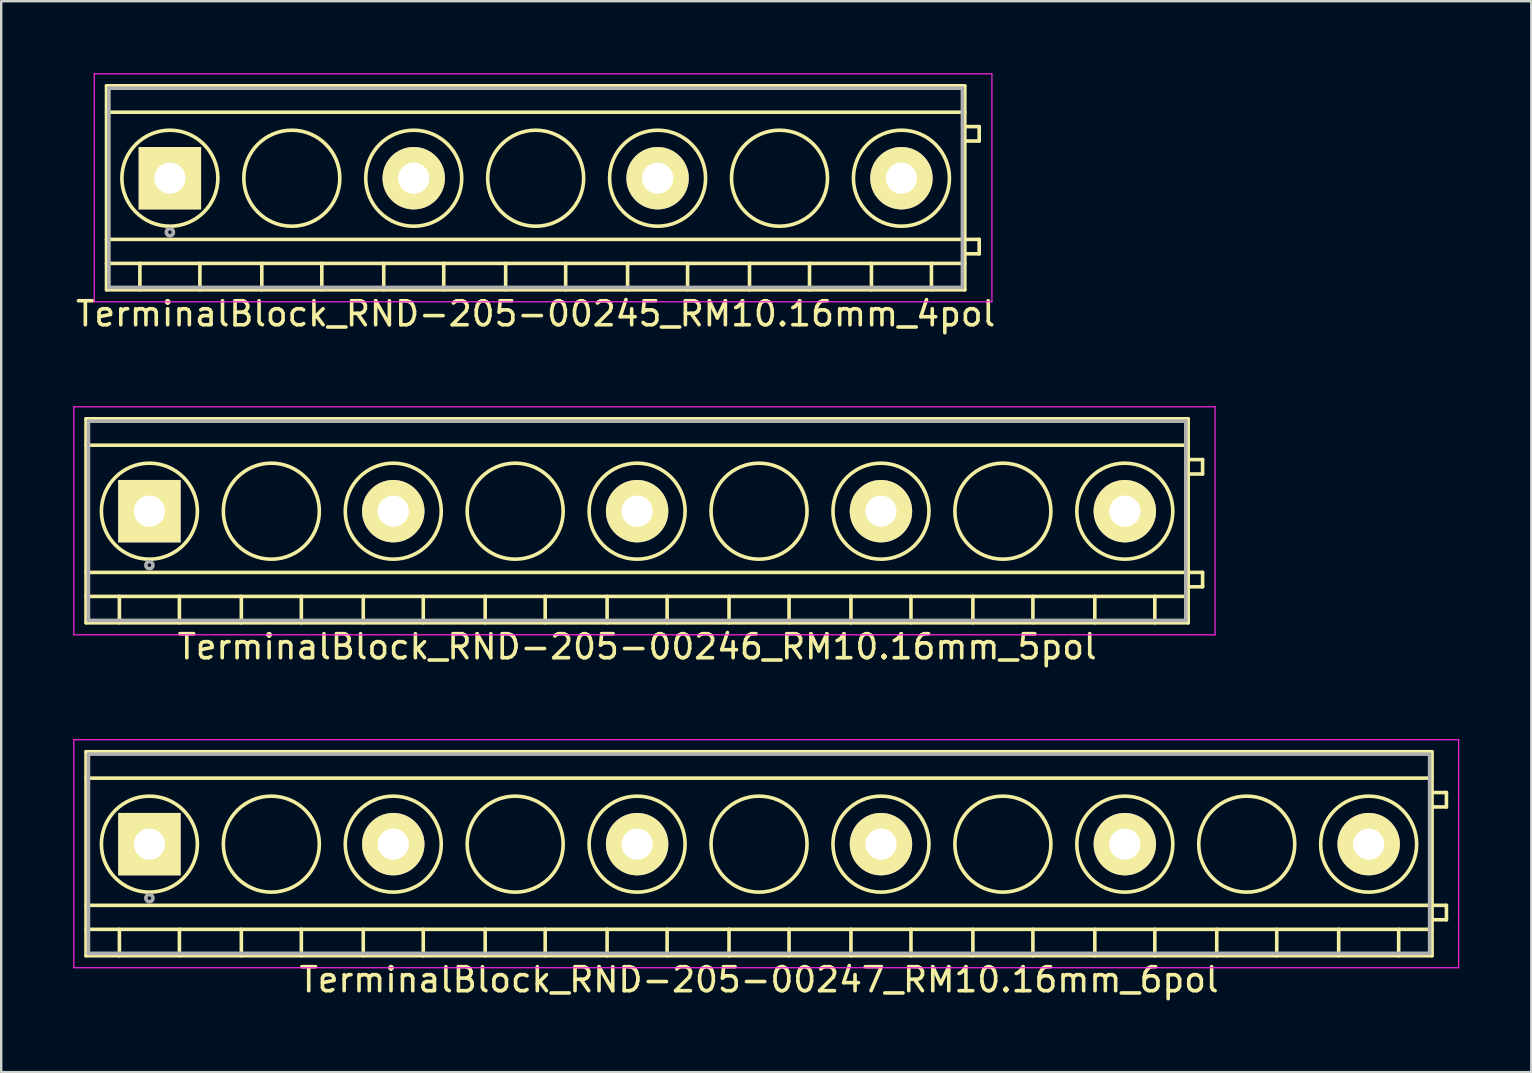
<source format=kicad_pcb>
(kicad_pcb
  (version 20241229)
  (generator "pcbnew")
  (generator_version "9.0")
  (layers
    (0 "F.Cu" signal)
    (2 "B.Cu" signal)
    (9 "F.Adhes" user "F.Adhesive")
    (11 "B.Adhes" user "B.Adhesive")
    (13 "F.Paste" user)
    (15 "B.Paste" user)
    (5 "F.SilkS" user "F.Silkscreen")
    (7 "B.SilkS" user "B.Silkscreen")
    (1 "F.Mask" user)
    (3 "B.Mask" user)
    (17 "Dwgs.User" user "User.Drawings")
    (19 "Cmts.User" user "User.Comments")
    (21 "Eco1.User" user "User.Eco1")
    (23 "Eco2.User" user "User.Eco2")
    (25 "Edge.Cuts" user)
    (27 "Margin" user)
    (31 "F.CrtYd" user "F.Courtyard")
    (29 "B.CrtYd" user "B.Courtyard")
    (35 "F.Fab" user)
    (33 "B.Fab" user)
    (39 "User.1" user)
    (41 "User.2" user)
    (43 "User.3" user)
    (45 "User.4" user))
  (footprint "TerminalBlock_RND-205-00246_RM10.16mm_5pol"
    (layer "F.Cu")
    (at 3.175 18.248)
    (property "Reference" "TerminalBlock_RND-205-00246_RM10.16mm_5pol" (at 20.32 5.65 0) (layer "F.SilkS") (effects (font (size 1 1) (thickness 0.15))))
    (attr through_hole)
    (fp_line (start -2.64 -3.85) (end 43.28 -3.85) (stroke (width 0.15) (type solid)) (layer "F.SilkS"))
    (fp_line (start -2.64 -2.75) (end 43.28 -2.75) (stroke (width 0.15) (type solid)) (layer "F.SilkS"))
    (fp_line (start -2.64 2.55) (end 43.28 2.55) (stroke (width 0.15) (type solid)) (layer "F.SilkS"))
    (fp_line (start -2.64 3.55) (end 43.28 3.55) (stroke (width 0.15) (type solid)) (layer "F.SilkS"))
    (fp_line (start -2.64 4.65) (end -2.64 -3.85) (stroke (width 0.15) (type solid)) (layer "F.SilkS"))
    (fp_line (start -1.25 3.55) (end -1.25 4.65) (stroke (width 0.15) (type solid)) (layer "F.SilkS"))
    (fp_line (start 1.25 3.55) (end 1.25 4.65) (stroke (width 0.15) (type solid)) (layer "F.SilkS"))
    (fp_line (start 3.83 3.55) (end 3.83 4.65) (stroke (width 0.15) (type solid)) (layer "F.SilkS"))
    (fp_line (start 6.33 3.55) (end 6.33 4.65) (stroke (width 0.15) (type solid)) (layer "F.SilkS"))
    (fp_line (start 8.91 3.55) (end 8.91 4.65) (stroke (width 0.15) (type solid)) (layer "F.SilkS"))
    (fp_line (start 11.41 3.55) (end 11.41 4.65) (stroke (width 0.15) (type solid)) (layer "F.SilkS"))
    (fp_line (start 13.99 3.55) (end 13.99 4.65) (stroke (width 0.15) (type solid)) (layer "F.SilkS"))
    (fp_line (start 16.49 3.55) (end 16.49 4.65) (stroke (width 0.15) (type solid)) (layer "F.SilkS"))
    (fp_line (start 19.07 3.55) (end 19.07 4.65) (stroke (width 0.15) (type solid)) (layer "F.SilkS"))
    (fp_line (start 21.57 3.55) (end 21.57 4.65) (stroke (width 0.15) (type solid)) (layer "F.SilkS"))
    (fp_line (start 24.15 3.55) (end 24.15 4.65) (stroke (width 0.15) (type solid)) (layer "F.SilkS"))
    (fp_line (start 26.65 3.55) (end 26.65 4.65) (stroke (width 0.15) (type solid)) (layer "F.SilkS"))
    (fp_line (start 29.23 3.55) (end 29.23 4.65) (stroke (width 0.15) (type solid)) (layer "F.SilkS"))
    (fp_line (start 31.73 3.55) (end 31.73 4.65) (stroke (width 0.15) (type solid)) (layer "F.SilkS"))
    (fp_line (start 34.31 3.55) (end 34.31 4.65) (stroke (width 0.15) (type solid)) (layer "F.SilkS"))
    (fp_line (start 36.81 3.55) (end 36.81 4.65) (stroke (width 0.15) (type solid)) (layer "F.SilkS"))
    (fp_line (start 39.39 3.55) (end 39.39 4.65) (stroke (width 0.15) (type solid)) (layer "F.SilkS"))
    (fp_line (start 41.89 3.55) (end 41.89 4.65) (stroke (width 0.15) (type solid)) (layer "F.SilkS"))
    (fp_line (start 43.28 -3.85) (end 43.28 4.65) (stroke (width 0.15) (type solid)) (layer "F.SilkS"))
    (fp_line (start 43.28 -2.15) (end 43.88 -2.15) (stroke (width 0.15) (type solid)) (layer "F.SilkS"))
    (fp_line (start 43.28 2.55) (end 43.88 2.55) (stroke (width 0.15) (type solid)) (layer "F.SilkS"))
    (fp_line (start 43.28 4.65) (end -2.64 4.65) (stroke (width 0.15) (type solid)) (layer "F.SilkS"))
    (fp_line (start 43.88 -2.15) (end 43.88 -1.55) (stroke (width 0.15) (type solid)) (layer "F.SilkS"))
    (fp_line (start 43.88 -1.55) (end 43.28 -1.55) (stroke (width 0.15) (type solid)) (layer "F.SilkS"))
    (fp_line (start 43.88 2.55) (end 43.88 3.15) (stroke (width 0.15) (type solid)) (layer "F.SilkS"))
    (fp_line (start 43.88 3.15) (end 43.28 3.15) (stroke (width 0.15) (type solid)) (layer "F.SilkS"))
    (fp_circle (center 0 0) (end -2 0) (stroke (width 0.15) (type solid)) (fill no) (layer "F.SilkS"))
    (fp_circle (center 5.08 0) (end 3.08 0) (stroke (width 0.15) (type solid)) (fill no) (layer "F.SilkS"))
    (fp_circle (center 10.16 0) (end 8.16 0) (stroke (width 0.15) (type solid)) (fill no) (layer "F.SilkS"))
    (fp_circle (center 15.24 0) (end 13.24 0) (stroke (width 0.15) (type solid)) (fill no) (layer "F.SilkS"))
    (fp_circle (center 20.32 0) (end 18.32 0) (stroke (width 0.15) (type solid)) (fill no) (layer "F.SilkS"))
    (fp_circle (center 25.4 0) (end 23.4 0) (stroke (width 0.15) (type solid)) (fill no) (layer "F.SilkS"))
    (fp_circle (center 30.48 0) (end 28.48 0) (stroke (width 0.15) (type solid)) (fill no) (layer "F.SilkS"))
    (fp_circle (center 35.56 0) (end 33.56 0) (stroke (width 0.15) (type solid)) (fill no) (layer "F.SilkS"))
    (fp_circle (center 40.64 0) (end 38.64 0) (stroke (width 0.15) (type solid)) (fill no) (layer "F.SilkS"))
    (fp_line (start -3.15 -4.35) (end 44.4 -4.35) (stroke (width 0.05) (type solid)) (layer "F.CrtYd"))
    (fp_line (start -3.15 5.15) (end -3.15 -4.35) (stroke (width 0.05) (type solid)) (layer "F.CrtYd"))
    (fp_line (start 44.4 -4.35) (end 44.4 5.15) (stroke (width 0.05) (type solid)) (layer "F.CrtYd"))
    (fp_line (start 44.4 5.15) (end -3.15 5.15) (stroke (width 0.05) (type solid)) (layer "F.CrtYd"))
    (fp_line (start -2.54 -3.75) (end 43.18 -3.75) (stroke (width 0.15) (type solid)) (layer "F.Fab"))
    (fp_line (start -2.54 4.55) (end -2.54 -3.75) (stroke (width 0.15) (type solid)) (layer "F.Fab"))
    (fp_line (start 43.18 -3.75) (end 43.18 4.55) (stroke (width 0.15) (type solid)) (layer "F.Fab"))
    (fp_line (start 43.18 4.55) (end -2.54 4.55) (stroke (width 0.15) (type solid)) (layer "F.Fab"))
    (fp_circle (center 0 2.25) (end -0.15 2.25) (stroke (width 0.15) (type solid)) (fill no) (layer "F.Fab"))
    (pad "1" thru_hole rect (at 0 0) (size 2.6 2.6) (drill 1.3) (layers "*.Cu" "*.Mask" "F.SilkS"))
    (pad "2" thru_hole circle (at 10.16 0) (size 2.6 2.6) (drill 1.3) (layers "*.Cu" "*.Mask" "F.SilkS"))
    (pad "3" thru_hole circle (at 20.32 0) (size 2.6 2.6) (drill 1.3) (layers "*.Cu" "*.Mask" "F.SilkS"))
    (pad "4" thru_hole circle (at 30.48 0) (size 2.6 2.6) (drill 1.3) (layers "*.Cu" "*.Mask" "F.SilkS"))
    (pad "5" thru_hole circle (at 40.64 0) (size 2.6 2.6) (drill 1.3) (layers "*.Cu" "*.Mask" "F.SilkS")))
  (footprint "TerminalBlock_RND-205-00245_RM10.16mm_4pol"
    (layer "F.Cu")
    (at 4.028 4.375)
    (property "Reference" "TerminalBlock_RND-205-00245_RM10.16mm_4pol" (at 15.24 5.65 0) (layer "F.SilkS") (effects (font (size 1 1) (thickness 0.15))))
    (attr through_hole)
    (fp_line (start -2.64 -3.85) (end 33.12 -3.85) (stroke (width 0.15) (type solid)) (layer "F.SilkS"))
    (fp_line (start -2.64 -2.75) (end 33.12 -2.75) (stroke (width 0.15) (type solid)) (layer "F.SilkS"))
    (fp_line (start -2.64 2.55) (end 33.12 2.55) (stroke (width 0.15) (type solid)) (layer "F.SilkS"))
    (fp_line (start -2.64 3.55) (end 33.12 3.55) (stroke (width 0.15) (type solid)) (layer "F.SilkS"))
    (fp_line (start -2.64 4.65) (end -2.64 -3.85) (stroke (width 0.15) (type solid)) (layer "F.SilkS"))
    (fp_line (start -1.25 3.55) (end -1.25 4.65) (stroke (width 0.15) (type solid)) (layer "F.SilkS"))
    (fp_line (start 1.25 3.55) (end 1.25 4.65) (stroke (width 0.15) (type solid)) (layer "F.SilkS"))
    (fp_line (start 3.83 3.55) (end 3.83 4.65) (stroke (width 0.15) (type solid)) (layer "F.SilkS"))
    (fp_line (start 6.33 3.55) (end 6.33 4.65) (stroke (width 0.15) (type solid)) (layer "F.SilkS"))
    (fp_line (start 8.91 3.55) (end 8.91 4.65) (stroke (width 0.15) (type solid)) (layer "F.SilkS"))
    (fp_line (start 11.41 3.55) (end 11.41 4.65) (stroke (width 0.15) (type solid)) (layer "F.SilkS"))
    (fp_line (start 13.99 3.55) (end 13.99 4.65) (stroke (width 0.15) (type solid)) (layer "F.SilkS"))
    (fp_line (start 16.49 3.55) (end 16.49 4.65) (stroke (width 0.15) (type solid)) (layer "F.SilkS"))
    (fp_line (start 19.07 3.55) (end 19.07 4.65) (stroke (width 0.15) (type solid)) (layer "F.SilkS"))
    (fp_line (start 21.57 3.55) (end 21.57 4.65) (stroke (width 0.15) (type solid)) (layer "F.SilkS"))
    (fp_line (start 24.15 3.55) (end 24.15 4.65) (stroke (width 0.15) (type solid)) (layer "F.SilkS"))
    (fp_line (start 26.65 3.55) (end 26.65 4.65) (stroke (width 0.15) (type solid)) (layer "F.SilkS"))
    (fp_line (start 29.23 3.55) (end 29.23 4.65) (stroke (width 0.15) (type solid)) (layer "F.SilkS"))
    (fp_line (start 31.73 3.55) (end 31.73 4.65) (stroke (width 0.15) (type solid)) (layer "F.SilkS"))
    (fp_line (start 33.12 -3.85) (end 33.12 4.65) (stroke (width 0.15) (type solid)) (layer "F.SilkS"))
    (fp_line (start 33.12 -2.15) (end 33.72 -2.15) (stroke (width 0.15) (type solid)) (layer "F.SilkS"))
    (fp_line (start 33.12 2.55) (end 33.72 2.55) (stroke (width 0.15) (type solid)) (layer "F.SilkS"))
    (fp_line (start 33.12 4.65) (end -2.64 4.65) (stroke (width 0.15) (type solid)) (layer "F.SilkS"))
    (fp_line (start 33.72 -2.15) (end 33.72 -1.55) (stroke (width 0.15) (type solid)) (layer "F.SilkS"))
    (fp_line (start 33.72 -1.55) (end 33.12 -1.55) (stroke (width 0.15) (type solid)) (layer "F.SilkS"))
    (fp_line (start 33.72 2.55) (end 33.72 3.15) (stroke (width 0.15) (type solid)) (layer "F.SilkS"))
    (fp_line (start 33.72 3.15) (end 33.12 3.15) (stroke (width 0.15) (type solid)) (layer "F.SilkS"))
    (fp_circle (center 0 0) (end -2 0) (stroke (width 0.15) (type solid)) (fill no) (layer "F.SilkS"))
    (fp_circle (center 5.08 0) (end 3.08 0) (stroke (width 0.15) (type solid)) (fill no) (layer "F.SilkS"))
    (fp_circle (center 10.16 0) (end 8.16 0) (stroke (width 0.15) (type solid)) (fill no) (layer "F.SilkS"))
    (fp_circle (center 15.24 0) (end 13.24 0) (stroke (width 0.15) (type solid)) (fill no) (layer "F.SilkS"))
    (fp_circle (center 20.32 0) (end 18.32 0) (stroke (width 0.15) (type solid)) (fill no) (layer "F.SilkS"))
    (fp_circle (center 25.4 0) (end 23.4 0) (stroke (width 0.15) (type solid)) (fill no) (layer "F.SilkS"))
    (fp_circle (center 30.48 0) (end 28.48 0) (stroke (width 0.15) (type solid)) (fill no) (layer "F.SilkS"))
    (fp_line (start -3.15 -4.35) (end 34.25 -4.35) (stroke (width 0.05) (type solid)) (layer "F.CrtYd"))
    (fp_line (start -3.15 5.15) (end -3.15 -4.35) (stroke (width 0.05) (type solid)) (layer "F.CrtYd"))
    (fp_line (start 34.25 -4.35) (end 34.25 5.15) (stroke (width 0.05) (type solid)) (layer "F.CrtYd"))
    (fp_line (start 34.25 5.15) (end -3.15 5.15) (stroke (width 0.05) (type solid)) (layer "F.CrtYd"))
    (fp_line (start -2.54 -3.75) (end 33.02 -3.75) (stroke (width 0.15) (type solid)) (layer "F.Fab"))
    (fp_line (start -2.54 4.55) (end -2.54 -3.75) (stroke (width 0.15) (type solid)) (layer "F.Fab"))
    (fp_line (start 33.02 -3.75) (end 33.02 4.55) (stroke (width 0.15) (type solid)) (layer "F.Fab"))
    (fp_line (start 33.02 4.55) (end -2.54 4.55) (stroke (width 0.15) (type solid)) (layer "F.Fab"))
    (fp_circle (center 0 2.25) (end -0.15 2.25) (stroke (width 0.15) (type solid)) (fill no) (layer "F.Fab"))
    (pad "1" thru_hole rect (at 0 0) (size 2.6 2.6) (drill 1.3) (layers "*.Cu" "*.Mask" "F.SilkS"))
    (pad "2" thru_hole circle (at 10.16 0) (size 2.6 2.6) (drill 1.3) (layers "*.Cu" "*.Mask" "F.SilkS"))
    (pad "3" thru_hole circle (at 20.32 0) (size 2.6 2.6) (drill 1.3) (layers "*.Cu" "*.Mask" "F.SilkS"))
    (pad "4" thru_hole circle (at 30.48 0) (size 2.6 2.6) (drill 1.3) (layers "*.Cu" "*.Mask" "F.SilkS")))
  (footprint "TerminalBlock_RND-205-00247_RM10.16mm_6pol"
    (layer "F.Cu")
    (at 3.175 32.121)
    (property "Reference" "TerminalBlock_RND-205-00247_RM10.16mm_6pol" (at 25.4 5.65 0) (layer "F.SilkS") (effects (font (size 1 1) (thickness 0.15))))
    (attr through_hole)
    (fp_line (start -2.64 -3.85) (end 53.44 -3.85) (stroke (width 0.15) (type solid)) (layer "F.SilkS"))
    (fp_line (start -2.64 -2.75) (end 53.44 -2.75) (stroke (width 0.15) (type solid)) (layer "F.SilkS"))
    (fp_line (start -2.64 2.55) (end 53.44 2.55) (stroke (width 0.15) (type solid)) (layer "F.SilkS"))
    (fp_line (start -2.64 3.55) (end 53.44 3.55) (stroke (width 0.15) (type solid)) (layer "F.SilkS"))
    (fp_line (start -2.64 4.65) (end -2.64 -3.85) (stroke (width 0.15) (type solid)) (layer "F.SilkS"))
    (fp_line (start -1.25 3.55) (end -1.25 4.65) (stroke (width 0.15) (type solid)) (layer "F.SilkS"))
    (fp_line (start 1.25 3.55) (end 1.25 4.65) (stroke (width 0.15) (type solid)) (layer "F.SilkS"))
    (fp_line (start 3.83 3.55) (end 3.83 4.65) (stroke (width 0.15) (type solid)) (layer "F.SilkS"))
    (fp_line (start 6.33 3.55) (end 6.33 4.65) (stroke (width 0.15) (type solid)) (layer "F.SilkS"))
    (fp_line (start 8.91 3.55) (end 8.91 4.65) (stroke (width 0.15) (type solid)) (layer "F.SilkS"))
    (fp_line (start 11.41 3.55) (end 11.41 4.65) (stroke (width 0.15) (type solid)) (layer "F.SilkS"))
    (fp_line (start 13.99 3.55) (end 13.99 4.65) (stroke (width 0.15) (type solid)) (layer "F.SilkS"))
    (fp_line (start 16.49 3.55) (end 16.49 4.65) (stroke (width 0.15) (type solid)) (layer "F.SilkS"))
    (fp_line (start 19.07 3.55) (end 19.07 4.65) (stroke (width 0.15) (type solid)) (layer "F.SilkS"))
    (fp_line (start 21.57 3.55) (end 21.57 4.65) (stroke (width 0.15) (type solid)) (layer "F.SilkS"))
    (fp_line (start 24.15 3.55) (end 24.15 4.65) (stroke (width 0.15) (type solid)) (layer "F.SilkS"))
    (fp_line (start 26.65 3.55) (end 26.65 4.65) (stroke (width 0.15) (type solid)) (layer "F.SilkS"))
    (fp_line (start 29.23 3.55) (end 29.23 4.65) (stroke (width 0.15) (type solid)) (layer "F.SilkS"))
    (fp_line (start 31.73 3.55) (end 31.73 4.65) (stroke (width 0.15) (type solid)) (layer "F.SilkS"))
    (fp_line (start 34.31 3.55) (end 34.31 4.65) (stroke (width 0.15) (type solid)) (layer "F.SilkS"))
    (fp_line (start 36.81 3.55) (end 36.81 4.65) (stroke (width 0.15) (type solid)) (layer "F.SilkS"))
    (fp_line (start 39.39 3.55) (end 39.39 4.65) (stroke (width 0.15) (type solid)) (layer "F.SilkS"))
    (fp_line (start 41.89 3.55) (end 41.89 4.65) (stroke (width 0.15) (type solid)) (layer "F.SilkS"))
    (fp_line (start 44.47 3.55) (end 44.47 4.65) (stroke (width 0.15) (type solid)) (layer "F.SilkS"))
    (fp_line (start 46.97 3.55) (end 46.97 4.65) (stroke (width 0.15) (type solid)) (layer "F.SilkS"))
    (fp_line (start 49.55 3.55) (end 49.55 4.65) (stroke (width 0.15) (type solid)) (layer "F.SilkS"))
    (fp_line (start 52.05 3.55) (end 52.05 4.65) (stroke (width 0.15) (type solid)) (layer "F.SilkS"))
    (fp_line (start 53.44 -3.85) (end 53.44 4.65) (stroke (width 0.15) (type solid)) (layer "F.SilkS"))
    (fp_line (start 53.44 -2.15) (end 54.04 -2.15) (stroke (width 0.15) (type solid)) (layer "F.SilkS"))
    (fp_line (start 53.44 2.55) (end 54.04 2.55) (stroke (width 0.15) (type solid)) (layer "F.SilkS"))
    (fp_line (start 53.44 4.65) (end -2.64 4.65) (stroke (width 0.15) (type solid)) (layer "F.SilkS"))
    (fp_line (start 54.04 -2.15) (end 54.04 -1.55) (stroke (width 0.15) (type solid)) (layer "F.SilkS"))
    (fp_line (start 54.04 -1.55) (end 53.44 -1.55) (stroke (width 0.15) (type solid)) (layer "F.SilkS"))
    (fp_line (start 54.04 2.55) (end 54.04 3.15) (stroke (width 0.15) (type solid)) (layer "F.SilkS"))
    (fp_line (start 54.04 3.15) (end 53.44 3.15) (stroke (width 0.15) (type solid)) (layer "F.SilkS"))
    (fp_circle (center 0 0) (end -2 0) (stroke (width 0.15) (type solid)) (fill no) (layer "F.SilkS"))
    (fp_circle (center 5.08 0) (end 3.08 0) (stroke (width 0.15) (type solid)) (fill no) (layer "F.SilkS"))
    (fp_circle (center 10.16 0) (end 8.16 0) (stroke (width 0.15) (type solid)) (fill no) (layer "F.SilkS"))
    (fp_circle (center 15.24 0) (end 13.24 0) (stroke (width 0.15) (type solid)) (fill no) (layer "F.SilkS"))
    (fp_circle (center 20.32 0) (end 18.32 0) (stroke (width 0.15) (type solid)) (fill no) (layer "F.SilkS"))
    (fp_circle (center 25.4 0) (end 23.4 0) (stroke (width 0.15) (type solid)) (fill no) (layer "F.SilkS"))
    (fp_circle (center 30.48 0) (end 28.48 0) (stroke (width 0.15) (type solid)) (fill no) (layer "F.SilkS"))
    (fp_circle (center 35.56 0) (end 33.56 0) (stroke (width 0.15) (type solid)) (fill no) (layer "F.SilkS"))
    (fp_circle (center 40.64 0) (end 38.64 0) (stroke (width 0.15) (type solid)) (fill no) (layer "F.SilkS"))
    (fp_circle (center 45.72 0) (end 43.72 0) (stroke (width 0.15) (type solid)) (fill no) (layer "F.SilkS"))
    (fp_circle (center 50.8 0) (end 48.8 0) (stroke (width 0.15) (type solid)) (fill no) (layer "F.SilkS"))
    (fp_line (start -3.15 -4.35) (end 54.55 -4.35) (stroke (width 0.05) (type solid)) (layer "F.CrtYd"))
    (fp_line (start -3.15 5.15) (end -3.15 -4.35) (stroke (width 0.05) (type solid)) (layer "F.CrtYd"))
    (fp_line (start 54.55 -4.35) (end 54.55 5.15) (stroke (width 0.05) (type solid)) (layer "F.CrtYd"))
    (fp_line (start 54.55 5.15) (end -3.15 5.15) (stroke (width 0.05) (type solid)) (layer "F.CrtYd"))
    (fp_line (start -2.54 -3.75) (end 53.34 -3.75) (stroke (width 0.15) (type solid)) (layer "F.Fab"))
    (fp_line (start -2.54 4.55) (end -2.54 -3.75) (stroke (width 0.15) (type solid)) (layer "F.Fab"))
    (fp_line (start 53.34 -3.75) (end 53.34 4.55) (stroke (width 0.15) (type solid)) (layer "F.Fab"))
    (fp_line (start 53.34 4.55) (end -2.54 4.55) (stroke (width 0.15) (type solid)) (layer "F.Fab"))
    (fp_circle (center 0 2.25) (end -0.15 2.25) (stroke (width 0.15) (type solid)) (fill no) (layer "F.Fab"))
    (pad "1" thru_hole rect (at 0 0) (size 2.6 2.6) (drill 1.3) (layers "*.Cu" "*.Mask" "F.SilkS"))
    (pad "2" thru_hole circle (at 10.16 0) (size 2.6 2.6) (drill 1.3) (layers "*.Cu" "*.Mask" "F.SilkS"))
    (pad "3" thru_hole circle (at 20.32 0) (size 2.6 2.6) (drill 1.3) (layers "*.Cu" "*.Mask" "F.SilkS"))
    (pad "4" thru_hole circle (at 30.48 0) (size 2.6 2.6) (drill 1.3) (layers "*.Cu" "*.Mask" "F.SilkS"))
    (pad "5" thru_hole circle (at 40.64 0) (size 2.6 2.6) (drill 1.3) (layers "*.Cu" "*.Mask" "F.SilkS"))
    (pad "6" thru_hole circle (at 50.8 0) (size 2.6 2.6) (drill 1.3) (layers "*.Cu" "*.Mask" "F.SilkS")))
  (gr_rect
    (start -3 -3)
    (end 60.75 41.62)
    (stroke (width 0.1) (type default))
    (fill no)
    (layer "Edge.Cuts")))
</source>
